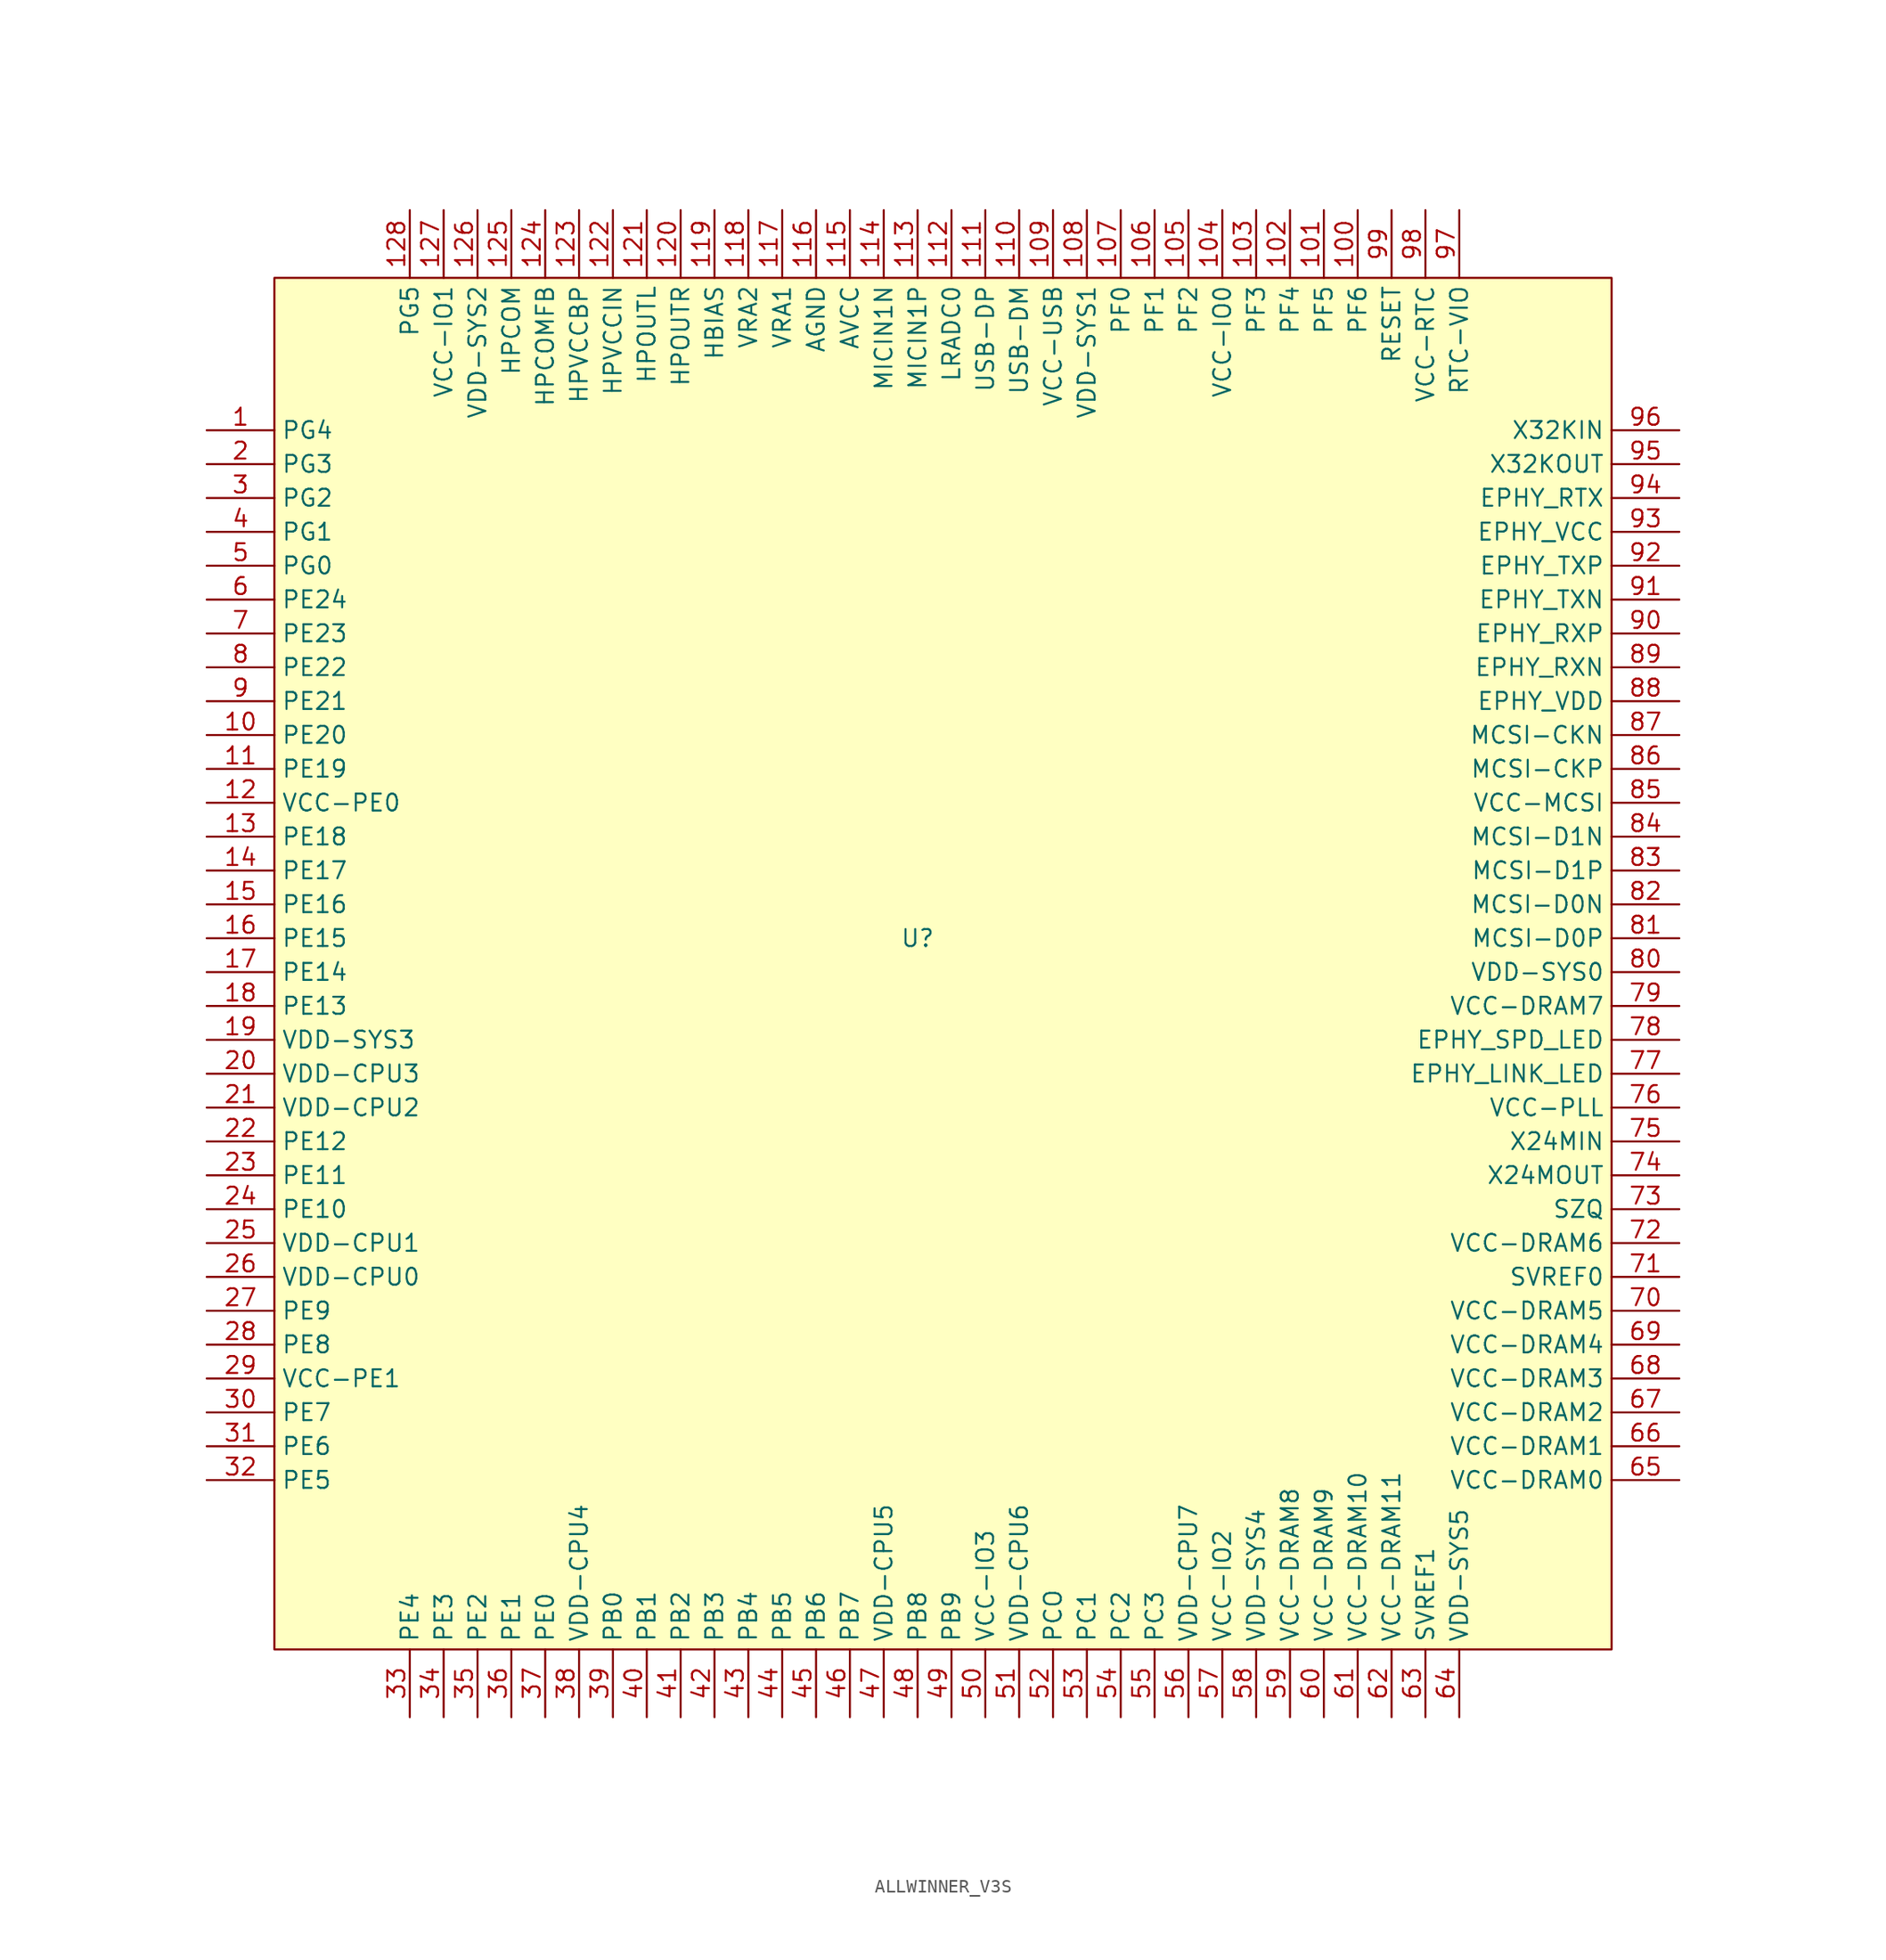
<source format=kicad_sym>
(kicad_symbol_lib
  (version 20231120)
  (generator "kicad_symbol_editor")
  (generator_version "8.0")
  (symbol "ALLWINNER_V3S"
    (property "Reference" "U"
      (at 0 0 0)
      (effects (font (size 1.27 1.27))))
    (property "Value" ""
      (at 0 0 0)
      (effects (font (size 1.27 1.27))))
    (symbol "ALLWINNER_V3S_0_0"
      (pin bidirectional line (at -53.34 38.1 0) (length 5.08) (name "PG4" (effects (font (size 1.27 1.27)))) (number "1" (effects (font (size 1.27 1.27)))))
      (pin bidirectional line (at -53.34 15.24 0) (length 5.08) (name "PE20" (effects (font (size 1.27 1.27)))) (number "10" (effects (font (size 1.27 1.27)))))
      (pin bidirectional line (at 33.02 54.61 270) (length 5.08) (name "PF6" (effects (font (size 1.27 1.27)))) (number "100" (effects (font (size 1.27 1.27)))))
      (pin bidirectional line (at 30.48 54.61 270) (length 5.08) (name "PF5" (effects (font (size 1.27 1.27)))) (number "101" (effects (font (size 1.27 1.27)))))
      (pin bidirectional line (at 27.94 54.61 270) (length 5.08) (name "PF4" (effects (font (size 1.27 1.27)))) (number "102" (effects (font (size 1.27 1.27)))))
      (pin bidirectional line (at 25.4 54.61 270) (length 5.08) (name "PF3" (effects (font (size 1.27 1.27)))) (number "103" (effects (font (size 1.27 1.27)))))
      (pin power_in line (at 22.86 54.61 270) (length 5.08) (name "VCC-IO0" (effects (font (size 1.27 1.27)))) (number "104" (effects (font (size 1.27 1.27)))))
      (pin bidirectional line (at 20.32 54.61 270) (length 5.08) (name "PF2" (effects (font (size 1.27 1.27)))) (number "105" (effects (font (size 1.27 1.27)))))
      (pin bidirectional line (at 17.78 54.61 270) (length 5.08) (name "PF1" (effects (font (size 1.27 1.27)))) (number "106" (effects (font (size 1.27 1.27)))))
      (pin bidirectional line (at 15.24 54.61 270) (length 5.08) (name "PF0" (effects (font (size 1.27 1.27)))) (number "107" (effects (font (size 1.27 1.27)))))
      (pin power_in line (at 12.7 54.61 270) (length 5.08) (name "VDD-SYS1" (effects (font (size 1.27 1.27)))) (number "108" (effects (font (size 1.27 1.27)))))
      (pin power_in line (at 10.16 54.61 270) (length 5.08) (name "VCC-USB" (effects (font (size 1.27 1.27)))) (number "109" (effects (font (size 1.27 1.27)))))
      (pin bidirectional line (at -53.34 12.7 0) (length 5.08) (name "PE19" (effects (font (size 1.27 1.27)))) (number "11" (effects (font (size 1.27 1.27)))))
      (pin input line (at 7.62 54.61 270) (length 5.08) (name "USB-DM" (effects (font (size 1.27 1.27)))) (number "110" (effects (font (size 1.27 1.27)))))
      (pin input line (at 5.08 54.61 270) (length 5.08) (name "USB-DP" (effects (font (size 1.27 1.27)))) (number "111" (effects (font (size 1.27 1.27)))))
      (pin input line (at 2.54 54.61 270) (length 5.08) (name "LRADC0" (effects (font (size 1.27 1.27)))) (number "112" (effects (font (size 1.27 1.27)))))
      (pin input line (at 0 54.61 270) (length 5.08) (name "MICIN1P" (effects (font (size 1.27 1.27)))) (number "113" (effects (font (size 1.27 1.27)))))
      (pin input line (at -2.54 54.61 270) (length 5.08) (name "MICIN1N" (effects (font (size 1.27 1.27)))) (number "114" (effects (font (size 1.27 1.27)))))
      (pin power_in line (at -5.08 54.61 270) (length 5.08) (name "AVCC" (effects (font (size 1.27 1.27)))) (number "115" (effects (font (size 1.27 1.27)))))
      (pin power_in line (at -7.62 54.61 270) (length 5.08) (name "AGND" (effects (font (size 1.27 1.27)))) (number "116" (effects (font (size 1.27 1.27)))))
      (pin input line (at -10.16 54.61 270) (length 5.08) (name "VRA1" (effects (font (size 1.27 1.27)))) (number "117" (effects (font (size 1.27 1.27)))))
      (pin input line (at -12.7 54.61 270) (length 5.08) (name "VRA2" (effects (font (size 1.27 1.27)))) (number "118" (effects (font (size 1.27 1.27)))))
      (pin input line (at -15.24 54.61 270) (length 5.08) (name "HBIAS" (effects (font (size 1.27 1.27)))) (number "119" (effects (font (size 1.27 1.27)))))
      (pin power_in line (at -53.34 10.16 0) (length 5.08) (name "VCC-PE0" (effects (font (size 1.27 1.27)))) (number "12" (effects (font (size 1.27 1.27)))))
      (pin output line (at -17.78 54.61 270) (length 5.08) (name "HPOUTR" (effects (font (size 1.27 1.27)))) (number "120" (effects (font (size 1.27 1.27)))))
      (pin output line (at -20.32 54.61 270) (length 5.08) (name "HPOUTL" (effects (font (size 1.27 1.27)))) (number "121" (effects (font (size 1.27 1.27)))))
      (pin power_in line (at -22.86 54.61 270) (length 5.08) (name "HPVCCIN" (effects (font (size 1.27 1.27)))) (number "122" (effects (font (size 1.27 1.27)))))
      (pin power_in line (at -25.4 54.61 270) (length 5.08) (name "HPVCCBP" (effects (font (size 1.27 1.27)))) (number "123" (effects (font (size 1.27 1.27)))))
      (pin input line (at -27.94 54.61 270) (length 5.08) (name "HPCOMFB" (effects (font (size 1.27 1.27)))) (number "124" (effects (font (size 1.27 1.27)))))
      (pin input line (at -30.48 54.61 270) (length 5.08) (name "HPCOM" (effects (font (size 1.27 1.27)))) (number "125" (effects (font (size 1.27 1.27)))))
      (pin power_in line (at -33.02 54.61 270) (length 5.08) (name "VDD-SYS2" (effects (font (size 1.27 1.27)))) (number "126" (effects (font (size 1.27 1.27)))))
      (pin power_in line (at -35.56 54.61 270) (length 5.08) (name "VCC-IO1" (effects (font (size 1.27 1.27)))) (number "127" (effects (font (size 1.27 1.27)))))
      (pin bidirectional line (at -38.1 54.61 270) (length 5.08) (name "PG5" (effects (font (size 1.27 1.27)))) (number "128" (effects (font (size 1.27 1.27)))))
      (pin bidirectional line (at -53.34 7.62 0) (length 5.08) (name "PE18" (effects (font (size 1.27 1.27)))) (number "13" (effects (font (size 1.27 1.27)))))
      (pin bidirectional line (at -53.34 5.08 0) (length 5.08) (name "PE17" (effects (font (size 1.27 1.27)))) (number "14" (effects (font (size 1.27 1.27)))))
      (pin bidirectional line (at -53.34 2.54 0) (length 5.08) (name "PE16" (effects (font (size 1.27 1.27)))) (number "15" (effects (font (size 1.27 1.27)))))
      (pin bidirectional line (at -53.34 0 0) (length 5.08) (name "PE15" (effects (font (size 1.27 1.27)))) (number "16" (effects (font (size 1.27 1.27)))))
      (pin bidirectional line (at -53.34 -2.54 0) (length 5.08) (name "PE14" (effects (font (size 1.27 1.27)))) (number "17" (effects (font (size 1.27 1.27)))))
      (pin bidirectional line (at -53.34 -5.08 0) (length 5.08) (name "PE13" (effects (font (size 1.27 1.27)))) (number "18" (effects (font (size 1.27 1.27)))))
      (pin power_in line (at -53.34 -7.62 0) (length 5.08) (name "VDD-SYS3" (effects (font (size 1.27 1.27)))) (number "19" (effects (font (size 1.27 1.27)))))
      (pin bidirectional line (at -53.34 35.56 0) (length 5.08) (name "PG3" (effects (font (size 1.27 1.27)))) (number "2" (effects (font (size 1.27 1.27)))))
      (pin power_in line (at -53.34 -10.16 0) (length 5.08) (name "VDD-CPU3" (effects (font (size 1.27 1.27)))) (number "20" (effects (font (size 1.27 1.27)))))
      (pin power_in line (at -53.34 -12.7 0) (length 5.08) (name "VDD-CPU2" (effects (font (size 1.27 1.27)))) (number "21" (effects (font (size 1.27 1.27)))))
      (pin bidirectional line (at -53.34 -15.24 0) (length 5.08) (name "PE12" (effects (font (size 1.27 1.27)))) (number "22" (effects (font (size 1.27 1.27)))))
      (pin bidirectional line (at -53.34 -17.78 0) (length 5.08) (name "PE11" (effects (font (size 1.27 1.27)))) (number "23" (effects (font (size 1.27 1.27)))))
      (pin bidirectional line (at -53.34 -20.32 0) (length 5.08) (name "PE10" (effects (font (size 1.27 1.27)))) (number "24" (effects (font (size 1.27 1.27)))))
      (pin power_in line (at -53.34 -22.86 0) (length 5.08) (name "VDD-CPU1" (effects (font (size 1.27 1.27)))) (number "25" (effects (font (size 1.27 1.27)))))
      (pin power_in line (at -53.34 -25.4 0) (length 5.08) (name "VDD-CPU0" (effects (font (size 1.27 1.27)))) (number "26" (effects (font (size 1.27 1.27)))))
      (pin bidirectional line (at -53.34 -27.94 0) (length 5.08) (name "PE9" (effects (font (size 1.27 1.27)))) (number "27" (effects (font (size 1.27 1.27)))))
      (pin bidirectional line (at -53.34 -30.48 0) (length 5.08) (name "PE8" (effects (font (size 1.27 1.27)))) (number "28" (effects (font (size 1.27 1.27)))))
      (pin power_in line (at -53.34 -33.02 0) (length 5.08) (name "VCC-PE1" (effects (font (size 1.27 1.27)))) (number "29" (effects (font (size 1.27 1.27)))))
      (pin bidirectional line (at -53.34 33.02 0) (length 5.08) (name "PG2" (effects (font (size 1.27 1.27)))) (number "3" (effects (font (size 1.27 1.27)))))
      (pin bidirectional line (at -53.34 -35.56 0) (length 5.08) (name "PE7" (effects (font (size 1.27 1.27)))) (number "30" (effects (font (size 1.27 1.27)))))
      (pin bidirectional line (at -53.34 -38.1 0) (length 5.08) (name "PE6" (effects (font (size 1.27 1.27)))) (number "31" (effects (font (size 1.27 1.27)))))
      (pin bidirectional line (at -53.34 -40.64 0) (length 5.08) (name "PE5" (effects (font (size 1.27 1.27)))) (number "32" (effects (font (size 1.27 1.27)))))
      (pin bidirectional line (at -38.1 -58.42 90) (length 5.08) (name "PE4" (effects (font (size 1.27 1.27)))) (number "33" (effects (font (size 1.27 1.27)))))
      (pin bidirectional line (at -35.56 -58.42 90) (length 5.08) (name "PE3" (effects (font (size 1.27 1.27)))) (number "34" (effects (font (size 1.27 1.27)))))
      (pin bidirectional line (at -33.02 -58.42 90) (length 5.08) (name "PE2" (effects (font (size 1.27 1.27)))) (number "35" (effects (font (size 1.27 1.27)))))
      (pin bidirectional line (at -30.48 -58.42 90) (length 5.08) (name "PE1" (effects (font (size 1.27 1.27)))) (number "36" (effects (font (size 1.27 1.27)))))
      (pin bidirectional line (at -27.94 -58.42 90) (length 5.08) (name "PE0" (effects (font (size 1.27 1.27)))) (number "37" (effects (font (size 1.27 1.27)))))
      (pin power_in line (at -25.4 -58.42 90) (length 5.08) (name "VDD-CPU4" (effects (font (size 1.27 1.27)))) (number "38" (effects (font (size 1.27 1.27)))))
      (pin bidirectional line (at -22.86 -58.42 90) (length 5.08) (name "PB0" (effects (font (size 1.27 1.27)))) (number "39" (effects (font (size 1.27 1.27)))))
      (pin bidirectional line (at -53.34 30.48 0) (length 5.08) (name "PG1" (effects (font (size 1.27 1.27)))) (number "4" (effects (font (size 1.27 1.27)))))
      (pin bidirectional line (at -20.32 -58.42 90) (length 5.08) (name "PB1" (effects (font (size 1.27 1.27)))) (number "40" (effects (font (size 1.27 1.27)))))
      (pin bidirectional line (at -17.78 -58.42 90) (length 5.08) (name "PB2" (effects (font (size 1.27 1.27)))) (number "41" (effects (font (size 1.27 1.27)))))
      (pin bidirectional line (at -15.24 -58.42 90) (length 5.08) (name "PB3" (effects (font (size 1.27 1.27)))) (number "42" (effects (font (size 1.27 1.27)))))
      (pin bidirectional line (at -12.7 -58.42 90) (length 5.08) (name "PB4" (effects (font (size 1.27 1.27)))) (number "43" (effects (font (size 1.27 1.27)))))
      (pin bidirectional line (at -10.16 -58.42 90) (length 5.08) (name "PB5" (effects (font (size 1.27 1.27)))) (number "44" (effects (font (size 1.27 1.27)))))
      (pin bidirectional line (at -7.62 -58.42 90) (length 5.08) (name "PB6" (effects (font (size 1.27 1.27)))) (number "45" (effects (font (size 1.27 1.27)))))
      (pin bidirectional line (at -5.08 -58.42 90) (length 5.08) (name "PB7" (effects (font (size 1.27 1.27)))) (number "46" (effects (font (size 1.27 1.27)))))
      (pin power_in line (at -2.54 -58.42 90) (length 5.08) (name "VDD-CPU5" (effects (font (size 1.27 1.27)))) (number "47" (effects (font (size 1.27 1.27)))))
      (pin bidirectional line (at 0 -58.42 90) (length 5.08) (name "PB8" (effects (font (size 1.27 1.27)))) (number "48" (effects (font (size 1.27 1.27)))))
      (pin bidirectional line (at 2.54 -58.42 90) (length 5.08) (name "PB9" (effects (font (size 1.27 1.27)))) (number "49" (effects (font (size 1.27 1.27)))))
      (pin bidirectional line (at -53.34 27.94 0) (length 5.08) (name "PG0" (effects (font (size 1.27 1.27)))) (number "5" (effects (font (size 1.27 1.27)))))
      (pin power_in line (at 5.08 -58.42 90) (length 5.08) (name "VCC-IO3" (effects (font (size 1.27 1.27)))) (number "50" (effects (font (size 1.27 1.27)))))
      (pin power_in line (at 7.62 -58.42 90) (length 5.08) (name "VDD-CPU6" (effects (font (size 1.27 1.27)))) (number "51" (effects (font (size 1.27 1.27)))))
      (pin bidirectional line (at 10.16 -58.42 90) (length 5.08) (name "PCO" (effects (font (size 1.27 1.27)))) (number "52" (effects (font (size 1.27 1.27)))))
      (pin bidirectional line (at 12.7 -58.42 90) (length 5.08) (name "PC1" (effects (font (size 1.27 1.27)))) (number "53" (effects (font (size 1.27 1.27)))))
      (pin bidirectional line (at 15.24 -58.42 90) (length 5.08) (name "PC2" (effects (font (size 1.27 1.27)))) (number "54" (effects (font (size 1.27 1.27)))))
      (pin bidirectional line (at 17.78 -58.42 90) (length 5.08) (name "PC3" (effects (font (size 1.27 1.27)))) (number "55" (effects (font (size 1.27 1.27)))))
      (pin power_in line (at 20.32 -58.42 90) (length 5.08) (name "VDD-CPU7" (effects (font (size 1.27 1.27)))) (number "56" (effects (font (size 1.27 1.27)))))
      (pin power_in line (at 22.86 -58.42 90) (length 5.08) (name "VCC-IO2" (effects (font (size 1.27 1.27)))) (number "57" (effects (font (size 1.27 1.27)))))
      (pin power_in line (at 25.4 -58.42 90) (length 5.08) (name "VDD-SYS4" (effects (font (size 1.27 1.27)))) (number "58" (effects (font (size 1.27 1.27)))))
      (pin power_in line (at 27.94 -58.42 90) (length 5.08) (name "VCC-DRAM8" (effects (font (size 1.27 1.27)))) (number "59" (effects (font (size 1.27 1.27)))))
      (pin bidirectional line (at -53.34 25.4 0) (length 5.08) (name "PE24" (effects (font (size 1.27 1.27)))) (number "6" (effects (font (size 1.27 1.27)))))
      (pin power_in line (at 30.48 -58.42 90) (length 5.08) (name "VCC-DRAM9" (effects (font (size 1.27 1.27)))) (number "60" (effects (font (size 1.27 1.27)))))
      (pin power_in line (at 33.02 -58.42 90) (length 5.08) (name "VCC-DRAM10" (effects (font (size 1.27 1.27)))) (number "61" (effects (font (size 1.27 1.27)))))
      (pin power_in line (at 35.56 -58.42 90) (length 5.08) (name "VCC-DRAM11" (effects (font (size 1.27 1.27)))) (number "62" (effects (font (size 1.27 1.27)))))
      (pin power_in line (at 38.1 -58.42 90) (length 5.08) (name "SVREF1" (effects (font (size 1.27 1.27)))) (number "63" (effects (font (size 1.27 1.27)))))
      (pin power_in line (at 40.64 -58.42 90) (length 5.08) (name "VDD-SYS5" (effects (font (size 1.27 1.27)))) (number "64" (effects (font (size 1.27 1.27)))))
      (pin power_in line (at 57.15 -40.64 180) (length 5.08) (name "VCC-DRAM0" (effects (font (size 1.27 1.27)))) (number "65" (effects (font (size 1.27 1.27)))))
      (pin power_in line (at 57.15 -38.1 180) (length 5.08) (name "VCC-DRAM1" (effects (font (size 1.27 1.27)))) (number "66" (effects (font (size 1.27 1.27)))))
      (pin power_in line (at 57.15 -35.56 180) (length 5.08) (name "VCC-DRAM2" (effects (font (size 1.27 1.27)))) (number "67" (effects (font (size 1.27 1.27)))))
      (pin power_in line (at 57.15 -33.02 180) (length 5.08) (name "VCC-DRAM3" (effects (font (size 1.27 1.27)))) (number "68" (effects (font (size 1.27 1.27)))))
      (pin power_in line (at 57.15 -30.48 180) (length 5.08) (name "VCC-DRAM4" (effects (font (size 1.27 1.27)))) (number "69" (effects (font (size 1.27 1.27)))))
      (pin bidirectional line (at -53.34 22.86 0) (length 5.08) (name "PE23" (effects (font (size 1.27 1.27)))) (number "7" (effects (font (size 1.27 1.27)))))
      (pin power_in line (at 57.15 -27.94 180) (length 5.08) (name "VCC-DRAM5" (effects (font (size 1.27 1.27)))) (number "70" (effects (font (size 1.27 1.27)))))
      (pin power_in line (at 57.15 -25.4 180) (length 5.08) (name "SVREF0" (effects (font (size 1.27 1.27)))) (number "71" (effects (font (size 1.27 1.27)))))
      (pin power_in line (at 57.15 -22.86 180) (length 5.08) (name "VCC-DRAM6" (effects (font (size 1.27 1.27)))) (number "72" (effects (font (size 1.27 1.27)))))
      (pin power_in line (at 57.15 -20.32 180) (length 5.08) (name "SZQ" (effects (font (size 1.27 1.27)))) (number "73" (effects (font (size 1.27 1.27)))))
      (pin output line (at 57.15 -17.78 180) (length 5.08) (name "X24MOUT" (effects (font (size 1.27 1.27)))) (number "74" (effects (font (size 1.27 1.27)))))
      (pin input line (at 57.15 -15.24 180) (length 5.08) (name "X24MIN" (effects (font (size 1.27 1.27)))) (number "75" (effects (font (size 1.27 1.27)))))
      (pin power_in line (at 57.15 -12.7 180) (length 5.08) (name "VCC-PLL" (effects (font (size 1.27 1.27)))) (number "76" (effects (font (size 1.27 1.27)))))
      (pin output line (at 57.15 -10.16 180) (length 5.08) (name "EPHY_LINK_LED" (effects (font (size 1.27 1.27)))) (number "77" (effects (font (size 1.27 1.27)))))
      (pin output line (at 57.15 -7.62 180) (length 5.08) (name "EPHY_SPD_LED" (effects (font (size 1.27 1.27)))) (number "78" (effects (font (size 1.27 1.27)))))
      (pin power_in line (at 57.15 -5.08 180) (length 5.08) (name "VCC-DRAM7" (effects (font (size 1.27 1.27)))) (number "79" (effects (font (size 1.27 1.27)))))
      (pin bidirectional line (at -53.34 20.32 0) (length 5.08) (name "PE22" (effects (font (size 1.27 1.27)))) (number "8" (effects (font (size 1.27 1.27)))))
      (pin power_in line (at 57.15 -2.54 180) (length 5.08) (name "VDD-SYS0" (effects (font (size 1.27 1.27)))) (number "80" (effects (font (size 1.27 1.27)))))
      (pin input line (at 57.15 0 180) (length 5.08) (name "MCSI-D0P" (effects (font (size 1.27 1.27)))) (number "81" (effects (font (size 1.27 1.27)))))
      (pin input line (at 57.15 2.54 180) (length 5.08) (name "MCSI-D0N" (effects (font (size 1.27 1.27)))) (number "82" (effects (font (size 1.27 1.27)))))
      (pin input line (at 57.15 5.08 180) (length 5.08) (name "MCSI-D1P" (effects (font (size 1.27 1.27)))) (number "83" (effects (font (size 1.27 1.27)))))
      (pin input line (at 57.15 7.62 180) (length 5.08) (name "MCSI-D1N" (effects (font (size 1.27 1.27)))) (number "84" (effects (font (size 1.27 1.27)))))
      (pin input line (at 57.15 10.16 180) (length 5.08) (name "VCC-MCSI" (effects (font (size 1.27 1.27)))) (number "85" (effects (font (size 1.27 1.27)))))
      (pin input line (at 57.15 12.7 180) (length 5.08) (name "MCSI-CKP" (effects (font (size 1.27 1.27)))) (number "86" (effects (font (size 1.27 1.27)))))
      (pin input line (at 57.15 15.24 180) (length 5.08) (name "MCSI-CKN" (effects (font (size 1.27 1.27)))) (number "87" (effects (font (size 1.27 1.27)))))
      (pin power_in line (at 57.15 17.78 180) (length 5.08) (name "EPHY_VDD" (effects (font (size 1.27 1.27)))) (number "88" (effects (font (size 1.27 1.27)))))
      (pin input line (at 57.15 20.32 180) (length 5.08) (name "EPHY_RXN" (effects (font (size 1.27 1.27)))) (number "89" (effects (font (size 1.27 1.27)))))
      (pin bidirectional line (at -53.34 17.78 0) (length 5.08) (name "PE21" (effects (font (size 1.27 1.27)))) (number "9" (effects (font (size 1.27 1.27)))))
      (pin input line (at 57.15 22.86 180) (length 5.08) (name "EPHY_RXP" (effects (font (size 1.27 1.27)))) (number "90" (effects (font (size 1.27 1.27)))))
      (pin output line (at 57.15 25.4 180) (length 5.08) (name "EPHY_TXN" (effects (font (size 1.27 1.27)))) (number "91" (effects (font (size 1.27 1.27)))))
      (pin output line (at 57.15 27.94 180) (length 5.08) (name "EPHY_TXP" (effects (font (size 1.27 1.27)))) (number "92" (effects (font (size 1.27 1.27)))))
      (pin power_in line (at 57.15 30.48 180) (length 5.08) (name "EPHY_VCC" (effects (font (size 1.27 1.27)))) (number "93" (effects (font (size 1.27 1.27)))))
      (pin input line (at 57.15 33.02 180) (length 5.08) (name "EPHY_RTX" (effects (font (size 1.27 1.27)))) (number "94" (effects (font (size 1.27 1.27)))))
      (pin output line (at 57.15 35.56 180) (length 5.08) (name "X32KOUT" (effects (font (size 1.27 1.27)))) (number "95" (effects (font (size 1.27 1.27)))))
      (pin input line (at 57.15 38.1 180) (length 5.08) (name "X32KIN" (effects (font (size 1.27 1.27)))) (number "96" (effects (font (size 1.27 1.27)))))
      (pin power_in line (at 40.64 54.61 270) (length 5.08) (name "RTC-VIO" (effects (font (size 1.27 1.27)))) (number "97" (effects (font (size 1.27 1.27)))))
      (pin power_in line (at 38.1 54.61 270) (length 5.08) (name "VCC-RTC" (effects (font (size 1.27 1.27)))) (number "98" (effects (font (size 1.27 1.27)))))
      (pin input line (at 35.56 54.61 270) (length 5.08) (name "RESET" (effects (font (size 1.27 1.27)))) (number "99" (effects (font (size 1.27 1.27))))))
    (symbol "ALLWINNER_V3S_1_1"
      (rectangle (start -48.26 49.53) (end 52.07 -53.34) (stroke (width 0) (type solid) (color 132 0 0 1)) (fill (type background))))))
</source>
